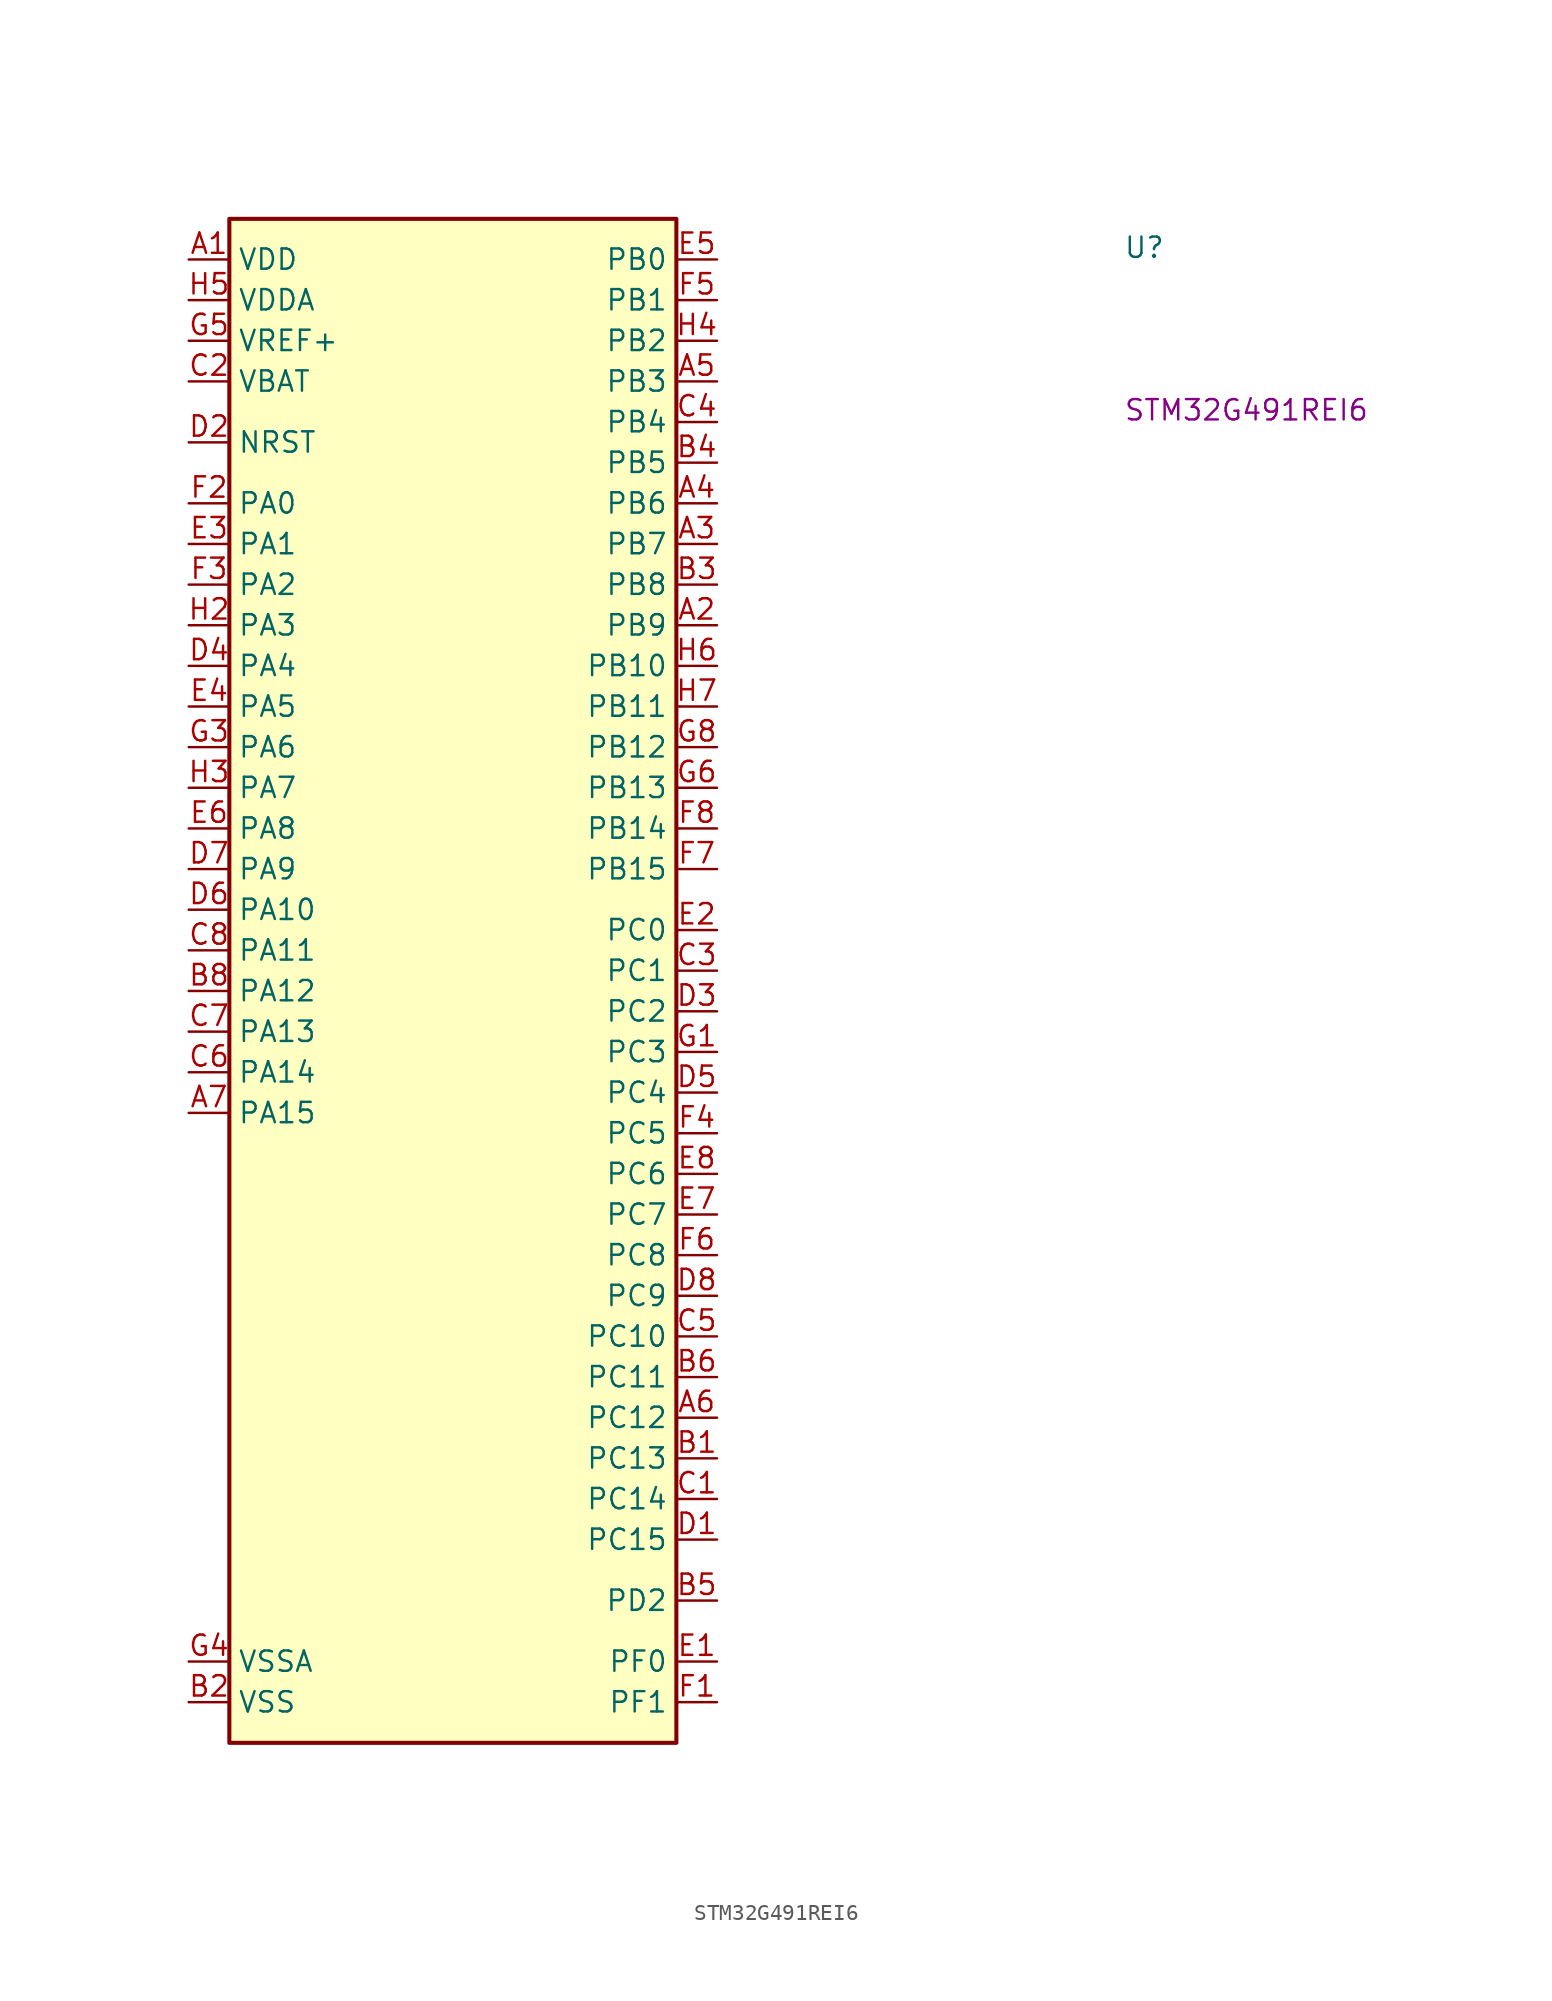
<source format=kicad_sym>
(kicad_symbol_lib
  (version 20220914)
  (generator kicad_symbol_editor)
  (symbol "STM32G491REI6"
    (property "Reference" "U"
      (at 58.42 0 0)
      (effects (font (size 1.27 1.27) (thickness 0.15)) (justify left bottom)))
    (property "MPN" "STM32G491REI6"
      (at 58.42 -10.16 0)
      (effects (font (size 1.27 1.27) (thickness 0.15)) (justify left bottom)))
    (symbol "STM32G491REI6_1_1"
      (rectangle (start 2.54 2.54) (end 30.48 -92.71) (stroke (width 0.254) (type default)) (fill (type background)))
      (pin power_in line (at 0 0 0) (length 2.54) (name "VDD" (effects (font (size 1.27 1.27)))) (number "A1" (effects (font (size 1.27 1.27)))))
      (pin bidirectional line (at 33.02 -22.86 180) (length 2.54) (name "PB9" (effects (font (size 1.27 1.27)))) (number "A2" (effects (font (size 1.27 1.27)))))
      (pin bidirectional line (at 33.02 -17.78 180) (length 2.54) (name "PB7" (effects (font (size 1.27 1.27)))) (number "A3" (effects (font (size 1.27 1.27)))))
      (pin bidirectional line (at 33.02 -15.24 180) (length 2.54) (name "PB6" (effects (font (size 1.27 1.27)))) (number "A4" (effects (font (size 1.27 1.27)))))
      (pin bidirectional line (at 33.02 -7.62 180) (length 2.54) (name "PB3" (effects (font (size 1.27 1.27)))) (number "A5" (effects (font (size 1.27 1.27)))))
      (pin bidirectional line (at 33.02 -72.39 180) (length 2.54) (name "PC12" (effects (font (size 1.27 1.27)))) (number "A6" (effects (font (size 1.27 1.27)))))
      (pin bidirectional line (at 0 -53.34 0) (length 2.54) (name "PA15" (effects (font (size 1.27 1.27)))) (number "A7" (effects (font (size 1.27 1.27)))))
      (pin passive line (at 0 0 0) (length 2.54) hide (name "VDD" (effects (font (size 1.27 1.27)))) (number "A8" (effects (font (size 1.27 1.27)))))
      (pin bidirectional line (at 33.02 -74.93 180) (length 2.54) (name "PC13" (effects (font (size 1.27 1.27)))) (number "B1" (effects (font (size 1.27 1.27)))))
      (pin power_in line (at 0 -90.17 0) (length 2.54) (name "VSS" (effects (font (size 1.27 1.27)))) (number "B2" (effects (font (size 1.27 1.27)))))
      (pin bidirectional line (at 33.02 -20.32 180) (length 2.54) (name "PB8" (effects (font (size 1.27 1.27)))) (number "B3" (effects (font (size 1.27 1.27)))) (alternate "BOOT0" bidirectional line))
      (pin bidirectional line (at 33.02 -12.7 180) (length 2.54) (name "PB5" (effects (font (size 1.27 1.27)))) (number "B4" (effects (font (size 1.27 1.27)))))
      (pin bidirectional line (at 33.02 -83.82 180) (length 2.54) (name "PD2" (effects (font (size 1.27 1.27)))) (number "B5" (effects (font (size 1.27 1.27)))))
      (pin bidirectional line (at 33.02 -69.85 180) (length 2.54) (name "PC11" (effects (font (size 1.27 1.27)))) (number "B6" (effects (font (size 1.27 1.27)))))
      (pin passive line (at 0 -90.17 0) (length 2.54) hide (name "VSS" (effects (font (size 1.27 1.27)))) (number "B7" (effects (font (size 1.27 1.27)))))
      (pin bidirectional line (at 0 -45.72 0) (length 2.54) (name "PA12" (effects (font (size 1.27 1.27)))) (number "B8" (effects (font (size 1.27 1.27)))))
      (pin bidirectional line (at 33.02 -77.47 180) (length 2.54) (name "PC14" (effects (font (size 1.27 1.27)))) (number "C1" (effects (font (size 1.27 1.27)))) (alternate "OSC32_IN" input line))
      (pin power_in line (at 0 -7.62 0) (length 2.54) (name "VBAT" (effects (font (size 1.27 1.27)))) (number "C2" (effects (font (size 1.27 1.27)))))
      (pin bidirectional line (at 33.02 -44.45 180) (length 2.54) (name "PC1" (effects (font (size 1.27 1.27)))) (number "C3" (effects (font (size 1.27 1.27)))))
      (pin bidirectional line (at 33.02 -10.16 180) (length 2.54) (name "PB4" (effects (font (size 1.27 1.27)))) (number "C4" (effects (font (size 1.27 1.27)))))
      (pin bidirectional line (at 33.02 -67.31 180) (length 2.54) (name "PC10" (effects (font (size 1.27 1.27)))) (number "C5" (effects (font (size 1.27 1.27)))))
      (pin bidirectional line (at 0 -50.8 0) (length 2.54) (name "PA14" (effects (font (size 1.27 1.27)))) (number "C6" (effects (font (size 1.27 1.27)))))
      (pin bidirectional line (at 0 -48.26 0) (length 2.54) (name "PA13" (effects (font (size 1.27 1.27)))) (number "C7" (effects (font (size 1.27 1.27)))))
      (pin bidirectional line (at 0 -43.18 0) (length 2.54) (name "PA11" (effects (font (size 1.27 1.27)))) (number "C8" (effects (font (size 1.27 1.27)))))
      (pin bidirectional line (at 33.02 -80.01 180) (length 2.54) (name "PC15" (effects (font (size 1.27 1.27)))) (number "D1" (effects (font (size 1.27 1.27)))) (alternate "OSC32_OUT" output line))
      (pin bidirectional line (at 0 -11.43 0) (length 2.54) (name "NRST" (effects (font (size 1.27 1.27)))) (number "D2" (effects (font (size 1.27 1.27)))) (alternate "PG10" bidirectional line))
      (pin bidirectional line (at 33.02 -46.99 180) (length 2.54) (name "PC2" (effects (font (size 1.27 1.27)))) (number "D3" (effects (font (size 1.27 1.27)))))
      (pin bidirectional line (at 0 -25.4 0) (length 2.54) (name "PA4" (effects (font (size 1.27 1.27)))) (number "D4" (effects (font (size 1.27 1.27)))))
      (pin bidirectional line (at 33.02 -52.07 180) (length 2.54) (name "PC4" (effects (font (size 1.27 1.27)))) (number "D5" (effects (font (size 1.27 1.27)))))
      (pin bidirectional line (at 0 -40.64 0) (length 2.54) (name "PA10" (effects (font (size 1.27 1.27)))) (number "D6" (effects (font (size 1.27 1.27)))))
      (pin bidirectional line (at 0 -38.1 0) (length 2.54) (name "PA9" (effects (font (size 1.27 1.27)))) (number "D7" (effects (font (size 1.27 1.27)))))
      (pin bidirectional line (at 33.02 -64.77 180) (length 2.54) (name "PC9" (effects (font (size 1.27 1.27)))) (number "D8" (effects (font (size 1.27 1.27)))))
      (pin bidirectional line (at 33.02 -87.63 180) (length 2.54) (name "PF0" (effects (font (size 1.27 1.27)))) (number "E1" (effects (font (size 1.27 1.27)))) (alternate "OSC_IN" power_in line))
      (pin bidirectional line (at 33.02 -41.91 180) (length 2.54) (name "PC0" (effects (font (size 1.27 1.27)))) (number "E2" (effects (font (size 1.27 1.27)))))
      (pin bidirectional line (at 0 -17.78 0) (length 2.54) (name "PA1" (effects (font (size 1.27 1.27)))) (number "E3" (effects (font (size 1.27 1.27)))))
      (pin bidirectional line (at 0 -27.94 0) (length 2.54) (name "PA5" (effects (font (size 1.27 1.27)))) (number "E4" (effects (font (size 1.27 1.27)))))
      (pin bidirectional line (at 33.02 0 180) (length 2.54) (name "PB0" (effects (font (size 1.27 1.27)))) (number "E5" (effects (font (size 1.27 1.27)))))
      (pin bidirectional line (at 0 -35.56 0) (length 2.54) (name "PA8" (effects (font (size 1.27 1.27)))) (number "E6" (effects (font (size 1.27 1.27)))))
      (pin bidirectional line (at 33.02 -59.69 180) (length 2.54) (name "PC7" (effects (font (size 1.27 1.27)))) (number "E7" (effects (font (size 1.27 1.27)))))
      (pin bidirectional line (at 33.02 -57.15 180) (length 2.54) (name "PC6" (effects (font (size 1.27 1.27)))) (number "E8" (effects (font (size 1.27 1.27)))))
      (pin bidirectional line (at 33.02 -90.17 180) (length 2.54) (name "PF1" (effects (font (size 1.27 1.27)))) (number "F1" (effects (font (size 1.27 1.27)))) (alternate "OSC_OUT" output line))
      (pin bidirectional line (at 0 -15.24 0) (length 2.54) (name "PA0" (effects (font (size 1.27 1.27)))) (number "F2" (effects (font (size 1.27 1.27)))))
      (pin bidirectional line (at 0 -20.32 0) (length 2.54) (name "PA2" (effects (font (size 1.27 1.27)))) (number "F3" (effects (font (size 1.27 1.27)))))
      (pin bidirectional line (at 33.02 -54.61 180) (length 2.54) (name "PC5" (effects (font (size 1.27 1.27)))) (number "F4" (effects (font (size 1.27 1.27)))))
      (pin bidirectional line (at 33.02 -2.54 180) (length 2.54) (name "PB1" (effects (font (size 1.27 1.27)))) (number "F5" (effects (font (size 1.27 1.27)))))
      (pin bidirectional line (at 33.02 -62.23 180) (length 2.54) (name "PC8" (effects (font (size 1.27 1.27)))) (number "F6" (effects (font (size 1.27 1.27)))))
      (pin bidirectional line (at 33.02 -38.1 180) (length 2.54) (name "PB15" (effects (font (size 1.27 1.27)))) (number "F7" (effects (font (size 1.27 1.27)))))
      (pin bidirectional line (at 33.02 -35.56 180) (length 2.54) (name "PB14" (effects (font (size 1.27 1.27)))) (number "F8" (effects (font (size 1.27 1.27)))))
      (pin bidirectional line (at 33.02 -49.53 180) (length 2.54) (name "PC3" (effects (font (size 1.27 1.27)))) (number "G1" (effects (font (size 1.27 1.27)))))
      (pin passive line (at 0 -90.17 0) (length 2.54) hide (name "VSS" (effects (font (size 1.27 1.27)))) (number "G2" (effects (font (size 1.27 1.27)))))
      (pin bidirectional line (at 0 -30.48 0) (length 2.54) (name "PA6" (effects (font (size 1.27 1.27)))) (number "G3" (effects (font (size 1.27 1.27)))))
      (pin power_in line (at 0 -87.63 0) (length 2.54) (name "VSSA" (effects (font (size 1.27 1.27)))) (number "G4" (effects (font (size 1.27 1.27)))))
      (pin power_in line (at 0 -5.08 0) (length 2.54) (name "VREF+" (effects (font (size 1.27 1.27)))) (number "G5" (effects (font (size 1.27 1.27)))))
      (pin bidirectional line (at 33.02 -33.02 180) (length 2.54) (name "PB13" (effects (font (size 1.27 1.27)))) (number "G6" (effects (font (size 1.27 1.27)))))
      (pin passive line (at 0 -90.17 0) (length 2.54) hide (name "VSS" (effects (font (size 1.27 1.27)))) (number "G7" (effects (font (size 1.27 1.27)))))
      (pin bidirectional line (at 33.02 -30.48 180) (length 2.54) (name "PB12" (effects (font (size 1.27 1.27)))) (number "G8" (effects (font (size 1.27 1.27)))))
      (pin passive line (at 0 0 0) (length 2.54) hide (name "VDD" (effects (font (size 1.27 1.27)))) (number "H1" (effects (font (size 1.27 1.27)))))
      (pin bidirectional line (at 0 -22.86 0) (length 2.54) (name "PA3" (effects (font (size 1.27 1.27)))) (number "H2" (effects (font (size 1.27 1.27)))))
      (pin bidirectional line (at 0 -33.02 0) (length 2.54) (name "PA7" (effects (font (size 1.27 1.27)))) (number "H3" (effects (font (size 1.27 1.27)))))
      (pin bidirectional line (at 33.02 -5.08 180) (length 2.54) (name "PB2" (effects (font (size 1.27 1.27)))) (number "H4" (effects (font (size 1.27 1.27)))))
      (pin power_in line (at 0 -2.54 0) (length 2.54) (name "VDDA" (effects (font (size 1.27 1.27)))) (number "H5" (effects (font (size 1.27 1.27)))))
      (pin bidirectional line (at 33.02 -25.4 180) (length 2.54) (name "PB10" (effects (font (size 1.27 1.27)))) (number "H6" (effects (font (size 1.27 1.27)))))
      (pin bidirectional line (at 33.02 -27.94 180) (length 2.54) (name "PB11" (effects (font (size 1.27 1.27)))) (number "H7" (effects (font (size 1.27 1.27)))))
      (pin passive line (at 0 0 0) (length 2.54) hide (name "VDD" (effects (font (size 1.27 1.27)))) (number "H8" (effects (font (size 1.27 1.27))))))))
</source>
